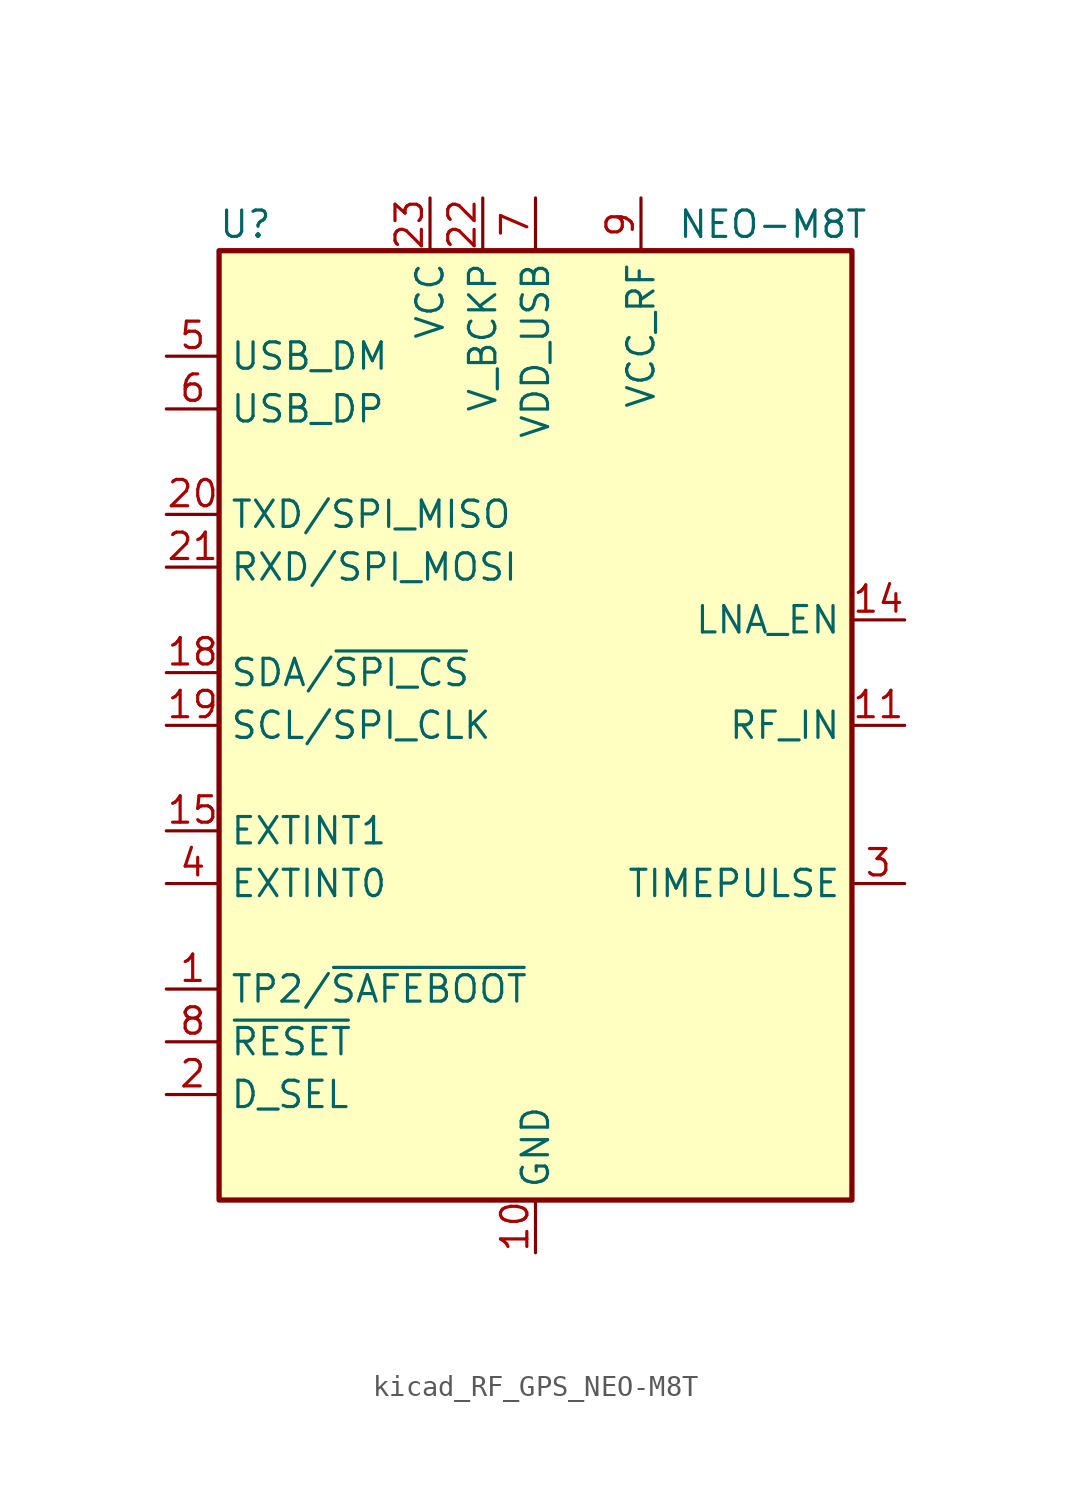
<source format=kicad_sym>
(kicad_symbol_lib
  (version 20220914)
  (generator kicad_symbol_editor)
  (symbol "kicad_RF_GPS_NEO-M8T"
    (property "Reference" "U"
      (at -13.97 24.13 0)
      (effects (font (size 1.27 1.27))))
    (property "Value" "NEO-M8T"
      (at 11.43 24.13 0)
      (effects (font (size 1.27 1.27))))
    (symbol "kicad_RF_GPS_NEO-M8T_0_1"
      (rectangle (start -15.24 22.86) (end 15.24 -22.86) (stroke (width 0.254) (type default)) (fill (type background))))
    (symbol "kicad_RF_GPS_NEO-M8T_1_1"
      (pin bidirectional line (at -17.78 -12.7 0) (length 2.54) (name "TP2/~{SAFEBOOT}" (effects (font (size 1.27 1.27)))) (number "1" (effects (font (size 1.27 1.27)))))
      (pin power_in line (at 0 -25.4 90) (length 2.54) (name "GND" (effects (font (size 1.27 1.27)))) (number "10" (effects (font (size 1.27 1.27)))))
      (pin input line (at 17.78 0 180) (length 2.54) (name "RF_IN" (effects (font (size 1.27 1.27)))) (number "11" (effects (font (size 1.27 1.27)))))
      (pin passive line (at 0 -25.4 90) (length 2.54) hide (name "GND" (effects (font (size 1.27 1.27)))) (number "12" (effects (font (size 1.27 1.27)))))
      (pin passive line (at 0 -25.4 90) (length 2.54) hide (name "GND" (effects (font (size 1.27 1.27)))) (number "13" (effects (font (size 1.27 1.27)))))
      (pin output line (at 17.78 5.08 180) (length 2.54) (name "LNA_EN" (effects (font (size 1.27 1.27)))) (number "14" (effects (font (size 1.27 1.27)))))
      (pin input line (at -17.78 -5.08 0) (length 2.54) (name "EXTINT1" (effects (font (size 1.27 1.27)))) (number "15" (effects (font (size 1.27 1.27)))))
      (pin no_connect line (at 15.24 -10.16 180) (length 2.54) hide (name "RESERVED" (effects (font (size 1.27 1.27)))) (number "16" (effects (font (size 1.27 1.27)))))
      (pin no_connect line (at 15.24 -12.7 180) (length 2.54) hide (name "RESERVED" (effects (font (size 1.27 1.27)))) (number "17" (effects (font (size 1.27 1.27)))))
      (pin bidirectional line (at -17.78 2.54 0) (length 2.54) (name "SDA/~{SPI_CS}" (effects (font (size 1.27 1.27)))) (number "18" (effects (font (size 1.27 1.27)))))
      (pin input line (at -17.78 0 0) (length 2.54) (name "SCL/SPI_CLK" (effects (font (size 1.27 1.27)))) (number "19" (effects (font (size 1.27 1.27)))))
      (pin input line (at -17.78 -17.78 0) (length 2.54) (name "D_SEL" (effects (font (size 1.27 1.27)))) (number "2" (effects (font (size 1.27 1.27)))))
      (pin output line (at -17.78 10.16 0) (length 2.54) (name "TXD/SPI_MISO" (effects (font (size 1.27 1.27)))) (number "20" (effects (font (size 1.27 1.27)))))
      (pin input line (at -17.78 7.62 0) (length 2.54) (name "RXD/SPI_MOSI" (effects (font (size 1.27 1.27)))) (number "21" (effects (font (size 1.27 1.27)))))
      (pin power_in line (at -2.54 25.4 270) (length 2.54) (name "V_BCKP" (effects (font (size 1.27 1.27)))) (number "22" (effects (font (size 1.27 1.27)))))
      (pin power_in line (at -5.08 25.4 270) (length 2.54) (name "VCC" (effects (font (size 1.27 1.27)))) (number "23" (effects (font (size 1.27 1.27)))))
      (pin passive line (at 0 -25.4 90) (length 2.54) hide (name "GND" (effects (font (size 1.27 1.27)))) (number "24" (effects (font (size 1.27 1.27)))))
      (pin output line (at 17.78 -7.62 180) (length 2.54) (name "TIMEPULSE" (effects (font (size 1.27 1.27)))) (number "3" (effects (font (size 1.27 1.27)))))
      (pin input line (at -17.78 -7.62 0) (length 2.54) (name "EXTINT0" (effects (font (size 1.27 1.27)))) (number "4" (effects (font (size 1.27 1.27)))))
      (pin bidirectional line (at -17.78 17.78 0) (length 2.54) (name "USB_DM" (effects (font (size 1.27 1.27)))) (number "5" (effects (font (size 1.27 1.27)))))
      (pin bidirectional line (at -17.78 15.24 0) (length 2.54) (name "USB_DP" (effects (font (size 1.27 1.27)))) (number "6" (effects (font (size 1.27 1.27)))))
      (pin power_in line (at 0 25.4 270) (length 2.54) (name "VDD_USB" (effects (font (size 1.27 1.27)))) (number "7" (effects (font (size 1.27 1.27)))))
      (pin input line (at -17.78 -15.24 0) (length 2.54) (name "~{RESET}" (effects (font (size 1.27 1.27)))) (number "8" (effects (font (size 1.27 1.27)))))
      (pin power_out line (at 5.08 25.4 270) (length 2.54) (name "VCC_RF" (effects (font (size 1.27 1.27)))) (number "9" (effects (font (size 1.27 1.27))))))))
</source>
